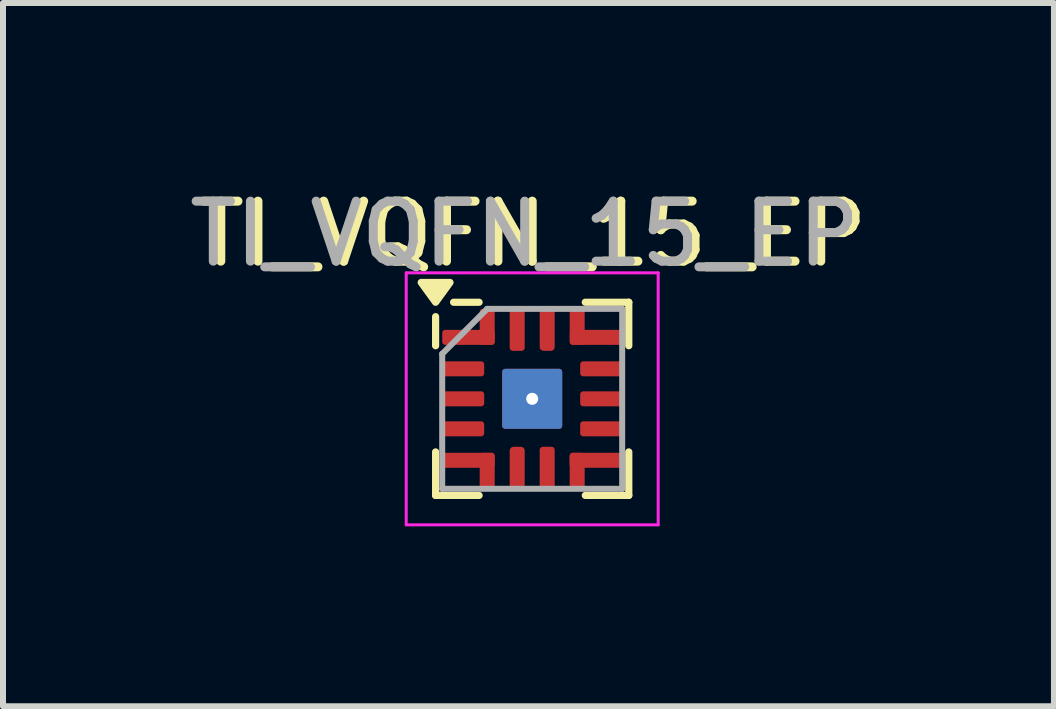
<source format=kicad_pcb>
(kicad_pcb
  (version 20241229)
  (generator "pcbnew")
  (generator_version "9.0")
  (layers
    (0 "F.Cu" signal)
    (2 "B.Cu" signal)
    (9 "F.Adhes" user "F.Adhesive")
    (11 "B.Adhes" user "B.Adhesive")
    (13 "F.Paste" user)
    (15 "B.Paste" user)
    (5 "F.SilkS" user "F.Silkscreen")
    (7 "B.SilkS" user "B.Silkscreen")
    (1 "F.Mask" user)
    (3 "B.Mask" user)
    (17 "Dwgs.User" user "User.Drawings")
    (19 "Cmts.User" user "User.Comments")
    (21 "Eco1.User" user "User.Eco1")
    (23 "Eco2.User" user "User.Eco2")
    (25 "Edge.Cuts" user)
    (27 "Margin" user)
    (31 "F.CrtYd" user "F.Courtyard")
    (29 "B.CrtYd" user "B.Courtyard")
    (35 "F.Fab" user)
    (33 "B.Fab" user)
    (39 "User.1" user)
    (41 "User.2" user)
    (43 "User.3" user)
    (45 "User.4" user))
  (footprint "TI_VQFN_15_EP"
    (layer "F.Cu")
    (at 5.821 3.598)
    (property "Reference" "TI_VQFN_15_EP" (at 0 -2.75 0) (unlocked yes) (layer "F.SilkS") (effects (font (size 1 1) (thickness 0.15))))
    (attr smd)
    (fp_line (start -1.61 -0.885) (end -1.61 -1.37) (stroke (width 0.12) (type solid)) (layer "F.SilkS"))
    (fp_line (start -1.61 1.61) (end -1.61 0.885) (stroke (width 0.12) (type solid)) (layer "F.SilkS"))
    (fp_line (start -0.885 -1.61) (end -1.31 -1.61) (stroke (width 0.12) (type solid)) (layer "F.SilkS"))
    (fp_line (start -0.885 1.61) (end -1.61 1.61) (stroke (width 0.12) (type solid)) (layer "F.SilkS"))
    (fp_line (start 0.885 -1.61) (end 1.61 -1.61) (stroke (width 0.12) (type solid)) (layer "F.SilkS"))
    (fp_line (start 0.885 1.61) (end 1.61 1.61) (stroke (width 0.12) (type solid)) (layer "F.SilkS"))
    (fp_line (start 1.61 -1.61) (end 1.61 -0.885) (stroke (width 0.12) (type solid)) (layer "F.SilkS"))
    (fp_line (start 1.61 1.61) (end 1.61 0.885) (stroke (width 0.12) (type solid)) (layer "F.SilkS"))
    (fp_poly (pts (xy -1.61 -1.61) (xy -1.85 -1.94) (xy -1.37 -1.94) (xy -1.61 -1.61)) (stroke (width 0.12) (type solid)) (fill yes) (layer "F.SilkS"))
    (fp_line (start -2.1 -2.1) (end -2.1 2.1) (stroke (width 0.05) (type solid)) (layer "F.CrtYd"))
    (fp_line (start -2.1 2.1) (end 2.1 2.1) (stroke (width 0.05) (type solid)) (layer "F.CrtYd"))
    (fp_line (start 2.1 -2.1) (end -2.1 -2.1) (stroke (width 0.05) (type solid)) (layer "F.CrtYd"))
    (fp_line (start 2.1 2.1) (end 2.1 -2.1) (stroke (width 0.05) (type solid)) (layer "F.CrtYd"))
    (fp_line (start -1.5 -0.75) (end -0.75 -1.5) (stroke (width 0.1) (type solid)) (layer "F.Fab"))
    (fp_line (start -1.5 1.5) (end -1.5 -0.75) (stroke (width 0.1) (type solid)) (layer "F.Fab"))
    (fp_line (start -0.75 -1.5) (end 1.5 -1.5) (stroke (width 0.1) (type solid)) (layer "F.Fab"))
    (fp_line (start 1.5 -1.5) (end 1.5 1.5) (stroke (width 0.1) (type solid)) (layer "F.Fab"))
    (fp_line (start 1.5 1.5) (end -1.5 1.5) (stroke (width 0.1) (type solid)) (layer "F.Fab"))
    (fp_text user "${REFERENCE}" (at -0.125 -2.75 0) (unlocked yes) (layer "F.Fab") (effects (font (size 1 1) (thickness 0.15))))
    (pad "" smd roundrect (at 0 0) (size 0.95 0.95) (layers "F.Paste") (roundrect_rratio 0.053))
    (pad "1" smd roundrect (at -1.062 -1.025) (size 0.875 0.25) (layers "F.Cu" "F.Mask" "F.Paste") (roundrect_rratio 0.2))
    (pad "1" smd roundrect (at -0.75 -1.2 180) (size 0.25 0.6) (layers "F.Cu" "F.Mask" "F.Paste") (roundrect_rratio 0.2))
    (pad "2" smd roundrect (at -1.15 -0.5) (size 0.7 0.25) (layers "F.Cu" "F.Mask" "F.Paste") (roundrect_rratio 0.2))
    (pad "3" smd roundrect (at -1.15 0) (size 0.7 0.25) (layers "F.Cu" "F.Mask" "F.Paste") (roundrect_rratio 0.2))
    (pad "4" smd roundrect (at -1.15 0.5) (size 0.7 0.25) (layers "F.Cu" "F.Mask" "F.Paste") (roundrect_rratio 0.2))
    (pad "5" smd roundrect (at -1.062 1.025) (size 0.875 0.25) (layers "F.Cu" "F.Mask" "F.Paste") (roundrect_rratio 0.2))
    (pad "5" smd roundrect (at -0.75 1.2) (size 0.25 0.6) (layers "F.Cu" "F.Mask" "F.Paste") (roundrect_rratio 0.2))
    (pad "6" smd roundrect (at -0.25 1.15) (size 0.25 0.7) (layers "F.Cu" "F.Mask" "F.Paste") (roundrect_rratio 0.25))
    (pad "7" smd roundrect (at 0.25 1.15) (size 0.25 0.7) (layers "F.Cu" "F.Mask" "F.Paste") (roundrect_rratio 0.2))
    (pad "8" smd roundrect (at 0.75 1.2) (size 0.25 0.6) (layers "F.Cu" "F.Mask" "F.Paste") (roundrect_rratio 0.2))
    (pad "8" smd roundrect (at 1.062 1.025) (size 0.875 0.25) (layers "F.Cu" "F.Mask" "F.Paste") (roundrect_rratio 0.2))
    (pad "9" smd roundrect (at 1.15 0.5) (size 0.7 0.25) (layers "F.Cu" "F.Mask" "F.Paste") (roundrect_rratio 0.2))
    (pad "10" smd roundrect (at 1.15 0) (size 0.7 0.25) (layers "F.Cu" "F.Mask" "F.Paste") (roundrect_rratio 0.2))
    (pad "11" smd roundrect (at 1.15 -0.5) (size 0.7 0.25) (layers "F.Cu" "F.Mask" "F.Paste") (roundrect_rratio 0.2))
    (pad "12" smd roundrect (at 0.75 -1.2 180) (size 0.25 0.6) (layers "F.Cu" "F.Mask" "F.Paste") (roundrect_rratio 0.2))
    (pad "12" smd roundrect (at 1.065 -1.025) (size 0.875 0.25) (layers "F.Cu" "F.Mask" "F.Paste") (roundrect_rratio 0.2))
    (pad "13" smd roundrect (at 0.25 -1.15 180) (size 0.25 0.7) (layers "F.Cu" "F.Mask" "F.Paste") (roundrect_rratio 0.25))
    (pad "14" smd roundrect (at -0.25 -1.15 180) (size 0.25 0.7) (layers "F.Cu" "F.Mask" "F.Paste") (roundrect_rratio 0.2))
    (pad "15" thru_hole circle (at 0 0) (size 0.5 0.5) (drill 0.2) (property pad_prop_heatsink) (layers "*.Cu"))
    (pad "15" smd roundrect (at 0 0) (size 1 1) (property pad_prop_heatsink) (layers "F.Cu" "F.Mask") (roundrect_rratio 0.05))
    (pad "15" smd roundrect (at 0 0) (size 1 1) (property pad_prop_heatsink) (layers "B.Cu") (roundrect_rratio 0.05)))
  (gr_rect
    (start -3 -3)
    (end 14.518 8.723)
    (stroke (width 0.1) (type default))
    (fill no)
    (layer "Edge.Cuts")))
</source>
